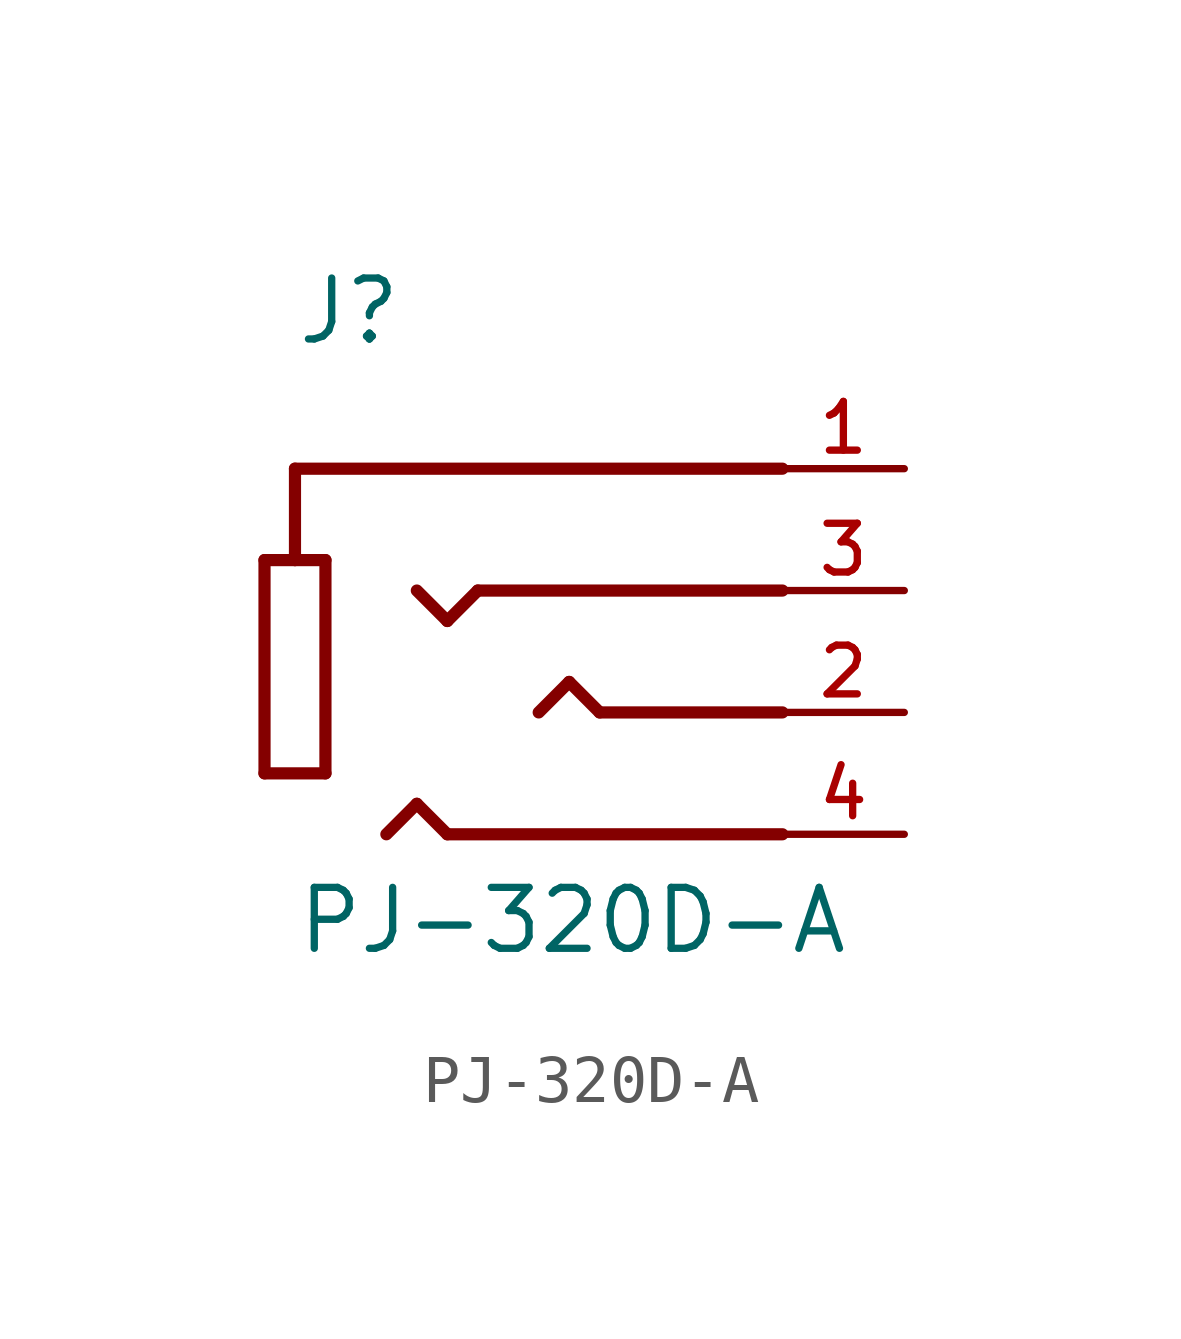
<source format=kicad_sym>
(kicad_symbol_lib
  (version 20211014)
  (generator kicad_symbol_editor)
  (symbol "PJ-320D-A"
    (pin_names
      (offset 1.016))
    (property "Reference" "J"
      (at -5.08 2.54 0)
      (effects (font (size 1.27 1.27)) (justify bottom left)))
    (property "Value" "PJ-320D-A"
      (at -5.08 -10.16 0)
      (effects (font (size 1.27 1.27)) (justify bottom left)))
    (symbol "PJ-320D-A_0_0"
      (polyline (pts (xy 5.08 0.0) (xy -5.08 0.0)) (stroke (width 0.254)))
      (polyline (pts (xy 5.08 -2.54) (xy -1.27 -2.54)) (stroke (width 0.254)))
      (polyline (pts (xy 5.08 -5.08) (xy 1.27 -5.08)) (stroke (width 0.254)))
      (polyline (pts (xy -5.08 0.0) (xy -5.08 -1.905)) (stroke (width 0.254)))
      (polyline (pts (xy -5.08 -1.905) (xy -4.445 -1.905)) (stroke (width 0.254)))
      (polyline (pts (xy -4.445 -1.905) (xy -4.445 -6.35)) (stroke (width 0.254)))
      (polyline (pts (xy -4.445 -6.35) (xy -5.715 -6.35)) (stroke (width 0.254)))
      (polyline (pts (xy -5.715 -6.35) (xy -5.715 -1.905)) (stroke (width 0.254)))
      (polyline (pts (xy -5.715 -1.905) (xy -5.08 -1.905)) (stroke (width 0.254)))
      (polyline (pts (xy -1.27 -2.54) (xy -1.905 -3.175)) (stroke (width 0.254)))
      (polyline (pts (xy -1.905 -3.175) (xy -2.54 -2.54)) (stroke (width 0.254)))
      (polyline (pts (xy 1.27 -5.08) (xy 0.635 -4.445)) (stroke (width 0.254)))
      (polyline (pts (xy 0.635 -4.445) (xy 0.0 -5.08)) (stroke (width 0.254)))
      (polyline (pts (xy 5.08 -7.62) (xy -1.905 -7.62)) (stroke (width 0.254)))
      (polyline (pts (xy -1.905 -7.62) (xy -2.54 -6.985)) (stroke (width 0.254)))
      (polyline (pts (xy -2.54 -6.985) (xy -3.175 -7.62)) (stroke (width 0.254)))
      (pin passive line (at 7.62 0.0 180.0) (length 2.54) (name "~" (effects (font (size 1.016 1.016)))) (number "1" (effects (font (size 1.016 1.016)))))
      (pin passive line (at 7.62 -2.54 180.0) (length 2.54) (name "~" (effects (font (size 1.016 1.016)))) (number "3" (effects (font (size 1.016 1.016)))))
      (pin passive line (at 7.62 -5.08 180.0) (length 2.54) (name "~" (effects (font (size 1.016 1.016)))) (number "2" (effects (font (size 1.016 1.016)))))
      (pin passive line (at 7.62 -7.62 180.0) (length 2.54) (name "~" (effects (font (size 1.016 1.016)))) (number "4" (effects (font (size 1.016 1.016))))))))
</source>
